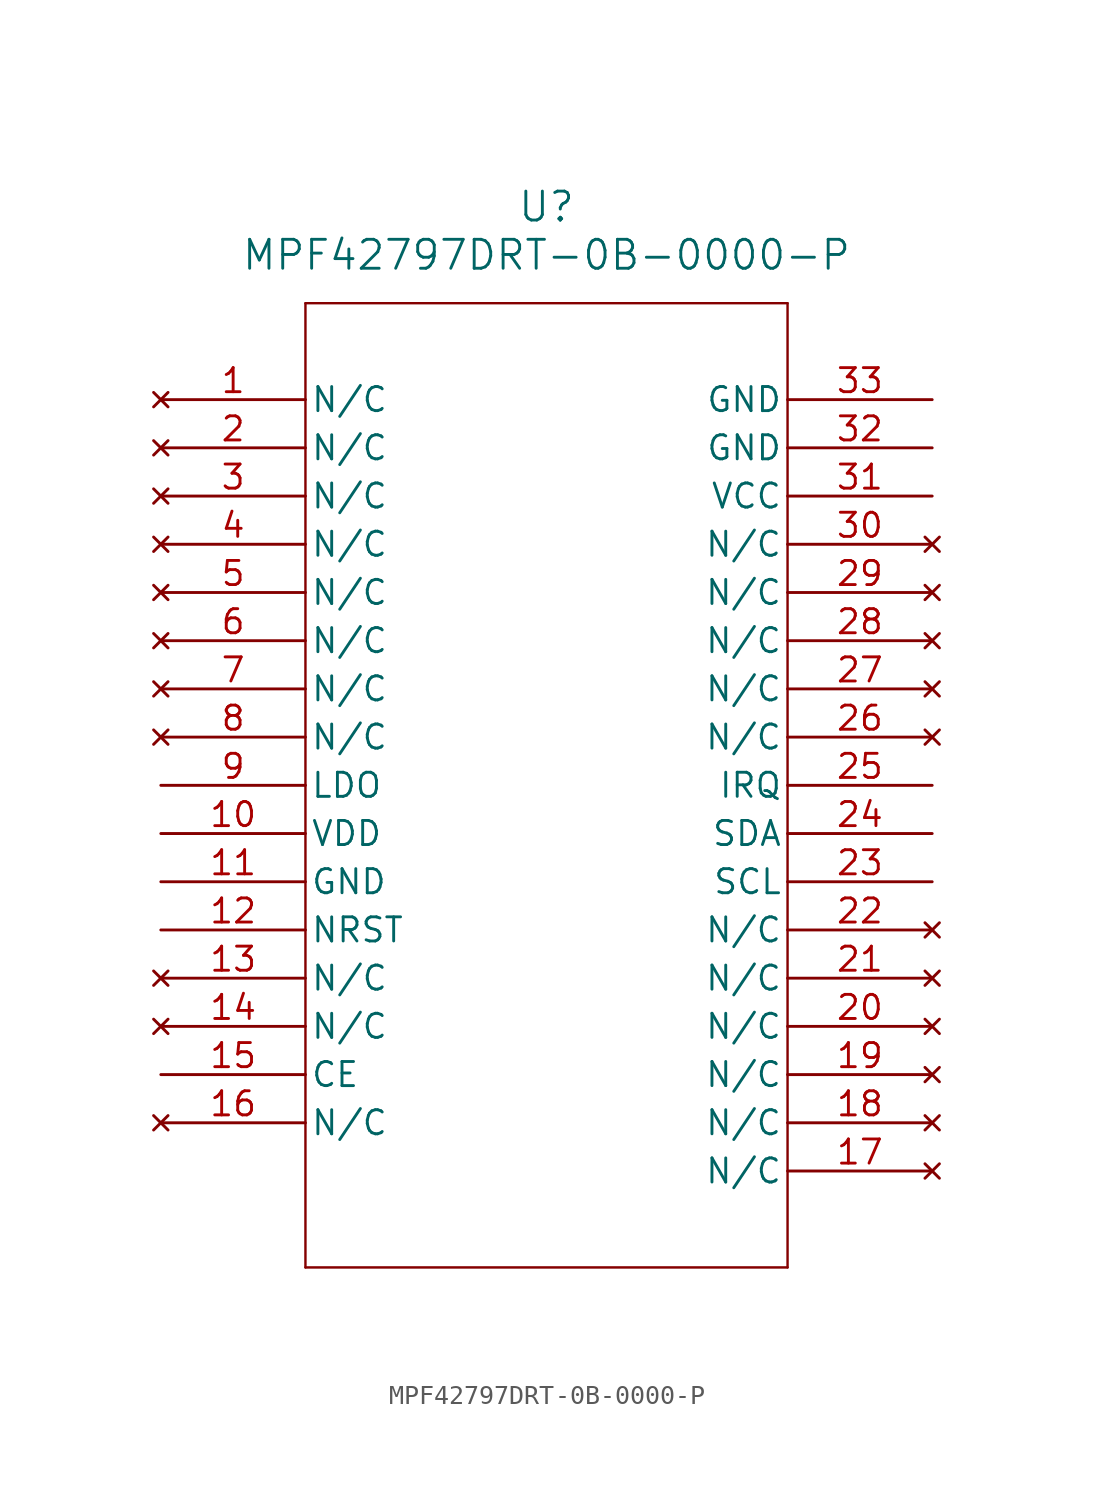
<source format=kicad_sym>
(kicad_symbol_lib
  (version 20211014)
  (generator kicad_symbol_editor)
  (symbol "MPF42797DRT-0B-0000-P"
    (pin_names
      (offset 0.254))
    (property "Reference" "U"
      (at 20.32 10.16 0)
      (effects (font (size 1.524 1.524))))
    (property "Value" "MPF42797DRT-0B-0000-P"
      (at 20.32 7.62 0)
      (effects (font (size 1.524 1.524))))
    (symbol "MPF42797DRT-0B-0000-P_0_1"
      (polyline (pts (xy 7.62 5.08) (xy 7.62 -45.72)) (stroke (width 0.127) (type default) (color 0 0 0 0)) (fill (type none)))
      (polyline (pts (xy 7.62 -45.72) (xy 33.02 -45.72)) (stroke (width 0.127) (type default) (color 0 0 0 0)) (fill (type none)))
      (polyline (pts (xy 33.02 -45.72) (xy 33.02 5.08)) (stroke (width 0.127) (type default) (color 0 0 0 0)) (fill (type none)))
      (polyline (pts (xy 33.02 5.08) (xy 7.62 5.08)) (stroke (width 0.127) (type default) (color 0 0 0 0)) (fill (type none)))
      (pin no_connect line (at 0 0 0) (length 7.62) (name "N/C" (effects (font (size 1.27 1.27)))) (number "1" (effects (font (size 1.27 1.27)))))
      (pin no_connect line (at 0 -2.54 0) (length 7.62) (name "N/C" (effects (font (size 1.27 1.27)))) (number "2" (effects (font (size 1.27 1.27)))))
      (pin no_connect line (at 0 -5.08 0) (length 7.62) (name "N/C" (effects (font (size 1.27 1.27)))) (number "3" (effects (font (size 1.27 1.27)))))
      (pin no_connect line (at 0 -7.62 0) (length 7.62) (name "N/C" (effects (font (size 1.27 1.27)))) (number "4" (effects (font (size 1.27 1.27)))))
      (pin no_connect line (at 0 -10.16 0) (length 7.62) (name "N/C" (effects (font (size 1.27 1.27)))) (number "5" (effects (font (size 1.27 1.27)))))
      (pin no_connect line (at 0 -12.7 0) (length 7.62) (name "N/C" (effects (font (size 1.27 1.27)))) (number "6" (effects (font (size 1.27 1.27)))))
      (pin no_connect line (at 0 -15.24 0) (length 7.62) (name "N/C" (effects (font (size 1.27 1.27)))) (number "7" (effects (font (size 1.27 1.27)))))
      (pin no_connect line (at 0 -17.78 0) (length 7.62) (name "N/C" (effects (font (size 1.27 1.27)))) (number "8" (effects (font (size 1.27 1.27)))))
      (pin power_in line (at 0 -20.32 0) (length 7.62) (name "LDO" (effects (font (size 1.27 1.27)))) (number "9" (effects (font (size 1.27 1.27)))))
      (pin power_in line (at 0 -22.86 0) (length 7.62) (name "VDD" (effects (font (size 1.27 1.27)))) (number "10" (effects (font (size 1.27 1.27)))))
      (pin power_in line (at 0 -25.4 0) (length 7.62) (name "GND" (effects (font (size 1.27 1.27)))) (number "11" (effects (font (size 1.27 1.27)))))
      (pin input line (at 0 -27.94 0) (length 7.62) (name "NRST" (effects (font (size 1.27 1.27)))) (number "12" (effects (font (size 1.27 1.27)))))
      (pin no_connect line (at 0 -30.48 0) (length 7.62) (name "N/C" (effects (font (size 1.27 1.27)))) (number "13" (effects (font (size 1.27 1.27)))))
      (pin no_connect line (at 0 -33.02 0) (length 7.62) (name "N/C" (effects (font (size 1.27 1.27)))) (number "14" (effects (font (size 1.27 1.27)))))
      (pin input line (at 0 -35.56 0) (length 7.62) (name "CE" (effects (font (size 1.27 1.27)))) (number "15" (effects (font (size 1.27 1.27)))))
      (pin no_connect line (at 0 -38.1 0) (length 7.62) (name "N/C" (effects (font (size 1.27 1.27)))) (number "16" (effects (font (size 1.27 1.27)))))
      (pin no_connect line (at 40.64 -40.64 180) (length 7.62) (name "N/C" (effects (font (size 1.27 1.27)))) (number "17" (effects (font (size 1.27 1.27)))))
      (pin no_connect line (at 40.64 -38.1 180) (length 7.62) (name "N/C" (effects (font (size 1.27 1.27)))) (number "18" (effects (font (size 1.27 1.27)))))
      (pin no_connect line (at 40.64 -35.56 180) (length 7.62) (name "N/C" (effects (font (size 1.27 1.27)))) (number "19" (effects (font (size 1.27 1.27)))))
      (pin no_connect line (at 40.64 -33.02 180) (length 7.62) (name "N/C" (effects (font (size 1.27 1.27)))) (number "20" (effects (font (size 1.27 1.27)))))
      (pin no_connect line (at 40.64 -30.48 180) (length 7.62) (name "N/C" (effects (font (size 1.27 1.27)))) (number "21" (effects (font (size 1.27 1.27)))))
      (pin no_connect line (at 40.64 -27.94 180) (length 7.62) (name "N/C" (effects (font (size 1.27 1.27)))) (number "22" (effects (font (size 1.27 1.27)))))
      (pin bidirectional line (at 40.64 -25.4 180) (length 7.62) (name "SCL" (effects (font (size 1.27 1.27)))) (number "23" (effects (font (size 1.27 1.27)))))
      (pin bidirectional line (at 40.64 -22.86 180) (length 7.62) (name "SDA" (effects (font (size 1.27 1.27)))) (number "24" (effects (font (size 1.27 1.27)))))
      (pin output line (at 40.64 -20.32 180) (length 7.62) (name "IRQ" (effects (font (size 1.27 1.27)))) (number "25" (effects (font (size 1.27 1.27)))))
      (pin no_connect line (at 40.64 -17.78 180) (length 7.62) (name "N/C" (effects (font (size 1.27 1.27)))) (number "26" (effects (font (size 1.27 1.27)))))
      (pin no_connect line (at 40.64 -15.24 180) (length 7.62) (name "N/C" (effects (font (size 1.27 1.27)))) (number "27" (effects (font (size 1.27 1.27)))))
      (pin no_connect line (at 40.64 -12.7 180) (length 7.62) (name "N/C" (effects (font (size 1.27 1.27)))) (number "28" (effects (font (size 1.27 1.27)))))
      (pin no_connect line (at 40.64 -10.16 180) (length 7.62) (name "N/C" (effects (font (size 1.27 1.27)))) (number "29" (effects (font (size 1.27 1.27)))))
      (pin no_connect line (at 40.64 -7.62 180) (length 7.62) (name "N/C" (effects (font (size 1.27 1.27)))) (number "30" (effects (font (size 1.27 1.27)))))
      (pin power_in line (at 40.64 -5.08 180) (length 7.62) (name "VCC" (effects (font (size 1.27 1.27)))) (number "31" (effects (font (size 1.27 1.27)))))
      (pin power_in line (at 40.64 -2.54 180) (length 7.62) (name "GND" (effects (font (size 1.27 1.27)))) (number "32" (effects (font (size 1.27 1.27)))))
      (pin power_in line (at 40.64 0 180) (length 7.62) (name "GND" (effects (font (size 1.27 1.27)))) (number "33" (effects (font (size 1.27 1.27))))))))
</source>
